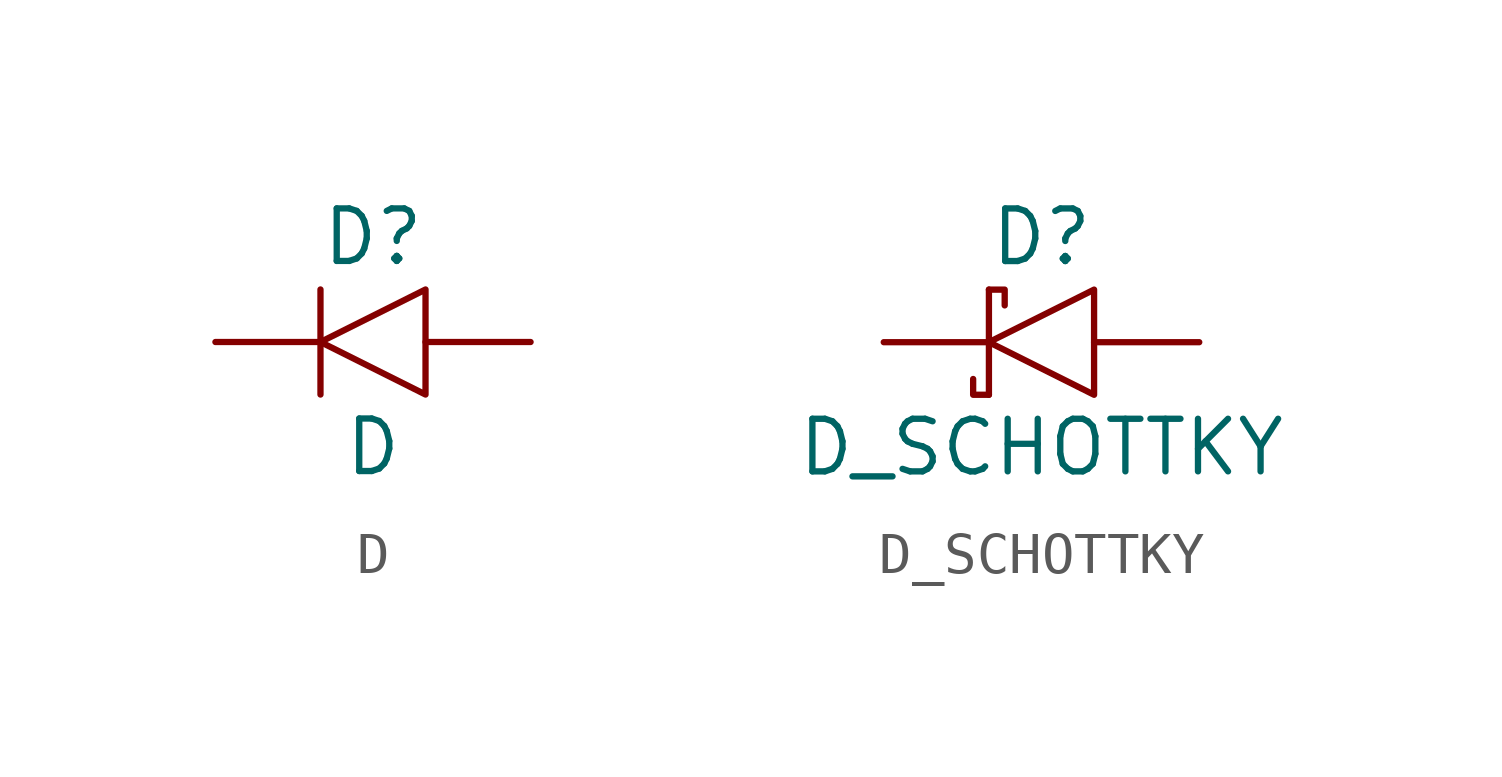
<source format=kicad_sym>
(kicad_symbol_lib
  (version 20220914)
  (generator kicad_symbol_editor)
  (symbol "D"
    (pin_numbers hide)
    (pin_names
      (offset 1.016))
    (property "Reference" "D"
      (at 0 2.54 0)
      (effects (font (size 1.27 1.27))))
    (property "Value" "D"
      (at 0 -2.54 0)
      (effects (font (size 1.27 1.27))))
    (symbol "D_0_1"
      (polyline (pts (xy -1.27 1.27) (xy -1.27 -1.27)) (stroke (width 0) (type solid)) (fill (type none)))
      (polyline (pts (xy -1.27 0) (xy 1.27 1.27) (xy 1.27 -1.27) (xy -1.27 0)) (stroke (width 0) (type solid)) (fill (type none))))
    (symbol "D_1_1"
      (pin passive line (at -3.81 0 0) (length 2.54) (name "~" (effects (font (size 1.27 1.27)))) (number "1" (effects (font (size 1.27 1.27)))))
      (pin passive line (at 3.81 0 180) (length 2.54) (name "~" (effects (font (size 1.27 1.27)))) (number "2" (effects (font (size 1.27 1.27)))))))
  (symbol "D_SCHOTTKY"
    (pin_numbers hide)
    (pin_names
      (offset 1.016))
    (property "Reference" "D"
      (at 0 2.54 0)
      (effects (font (size 1.27 1.27))))
    (property "Value" "D_SCHOTTKY"
      (at 0 -2.54 0)
      (effects (font (size 1.27 1.27))))
    (symbol "D_SCHOTTKY_0_1"
      (polyline (pts (xy -1.27 1.27) (xy -1.27 -1.27)) (stroke (width 0) (type solid)) (fill (type none)))
      (polyline (pts (xy -1.27 -1.27) (xy -1.651 -1.27) (xy -1.651 -0.889)) (stroke (width 0) (type solid)) (fill (type none)))
      (polyline (pts (xy -1.27 1.27) (xy -0.889 1.27) (xy -0.889 0.889)) (stroke (width 0) (type solid)) (fill (type none)))
      (polyline (pts (xy -1.27 0) (xy 1.27 1.27) (xy 1.27 -1.27) (xy -1.27 0)) (stroke (width 0) (type solid)) (fill (type none))))
    (symbol "D_SCHOTTKY_1_1"
      (pin passive line (at -3.81 0 0) (length 2.54) (name "~" (effects (font (size 1.27 1.27)))) (number "1" (effects (font (size 1.27 1.27)))))
      (pin passive line (at 3.81 0 180) (length 2.54) (name "~" (effects (font (size 1.27 1.27)))) (number "2" (effects (font (size 1.27 1.27))))))))
</source>
